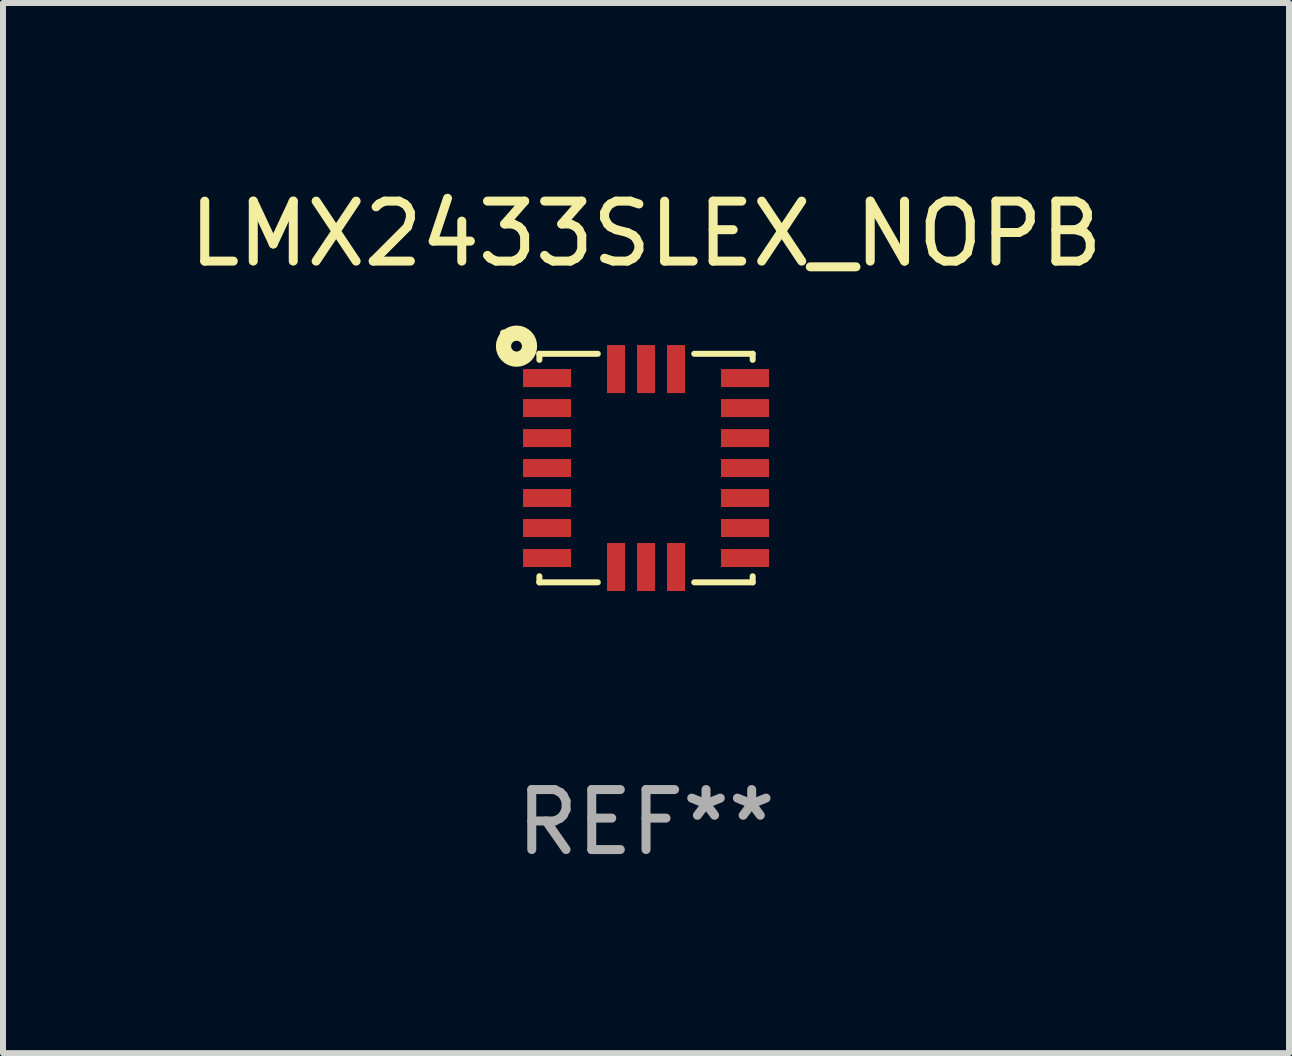
<source format=kicad_pcb>
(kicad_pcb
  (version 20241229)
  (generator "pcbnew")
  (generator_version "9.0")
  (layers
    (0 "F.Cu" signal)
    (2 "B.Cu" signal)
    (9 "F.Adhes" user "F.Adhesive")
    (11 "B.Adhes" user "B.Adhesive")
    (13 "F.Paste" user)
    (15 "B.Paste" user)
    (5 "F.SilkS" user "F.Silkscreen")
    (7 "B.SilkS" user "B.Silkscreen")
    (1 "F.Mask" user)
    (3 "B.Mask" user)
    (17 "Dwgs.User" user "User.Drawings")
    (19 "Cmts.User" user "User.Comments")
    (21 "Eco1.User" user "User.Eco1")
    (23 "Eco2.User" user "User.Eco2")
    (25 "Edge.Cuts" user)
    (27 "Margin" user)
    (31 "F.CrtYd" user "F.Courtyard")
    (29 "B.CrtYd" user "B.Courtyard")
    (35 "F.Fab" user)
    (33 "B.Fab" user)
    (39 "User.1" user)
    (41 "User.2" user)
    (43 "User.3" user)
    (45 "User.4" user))
  (footprint "LMX2433SLEX_NOPB"
    (layer "F.Cu")
    (at 7.72 4.753)
    (property "Reference" "LMX2433SLEX_NOPB" (at 0 -3.905 0) (layer "F.SilkS") (effects (font (size 1 1) (thickness 0.15))))
    (attr through_hole)
    (fp_line (start -1.778 -1.905) (end -0.804 -1.905) (stroke (width 0.1) (type solid)) (layer "F.SilkS"))
    (fp_line (start -1.778 -1.804) (end -1.778 -1.905) (stroke (width 0.1) (type solid)) (layer "F.SilkS"))
    (fp_line (start -1.778 1.905) (end -1.778 1.804) (stroke (width 0.1) (type solid)) (layer "F.SilkS"))
    (fp_line (start -0.804 1.905) (end -1.778 1.905) (stroke (width 0.1) (type solid)) (layer "F.SilkS"))
    (fp_line (start 0.804 -1.905) (end 1.778 -1.905) (stroke (width 0.1) (type solid)) (layer "F.SilkS"))
    (fp_line (start 1.778 -1.905) (end 1.778 -1.804) (stroke (width 0.1) (type solid)) (layer "F.SilkS"))
    (fp_line (start 1.778 1.804) (end 1.778 1.905) (stroke (width 0.1) (type solid)) (layer "F.SilkS"))
    (fp_line (start 1.778 1.905) (end 0.804 1.905) (stroke (width 0.1) (type solid)) (layer "F.SilkS"))
    (fp_circle (center -2.376 -2.249) (end -2.346 -2.249) (stroke (width 0.06) (type solid)) (fill no) (layer "F.SilkS"))
    (fp_circle (center -2.159 -2.032) (end -2.069 -2.032) (stroke (width 0.254) (type solid)) (fill no) (layer "F.SilkS"))
    (fp_text user "REF**" (at 0 5.905 0) (layer "F.Fab") (effects (font (size 1 1) (thickness 0.15))))
    (pad "1" smd rect (at -1.65 -1.5) (size 0.8 0.3) (layers "F.Cu" "F.Mask" "F.Paste"))
    (pad "2" smd rect (at -1.65 -1) (size 0.8 0.3) (layers "F.Cu" "F.Mask" "F.Paste"))
    (pad "3" smd rect (at -1.65 -0.5) (size 0.8 0.3) (layers "F.Cu" "F.Mask" "F.Paste"))
    (pad "4" smd rect (at -1.65 0) (size 0.8 0.3) (layers "F.Cu" "F.Mask" "F.Paste"))
    (pad "5" smd rect (at -1.65 0.5) (size 0.8 0.3) (layers "F.Cu" "F.Mask" "F.Paste"))
    (pad "6" smd rect (at -1.65 1) (size 0.8 0.3) (layers "F.Cu" "F.Mask" "F.Paste"))
    (pad "7" smd rect (at -1.65 1.5) (size 0.8 0.3) (layers "F.Cu" "F.Mask" "F.Paste"))
    (pad "8" smd rect (at -0.5 1.65) (size 0.3 0.8) (layers "F.Cu" "F.Mask" "F.Paste"))
    (pad "9" smd rect (at 0 1.65) (size 0.3 0.8) (layers "F.Cu" "F.Mask" "F.Paste"))
    (pad "10" smd rect (at 0.5 1.65) (size 0.3 0.8) (layers "F.Cu" "F.Mask" "F.Paste"))
    (pad "11" smd rect (at 1.65 1.5) (size 0.8 0.3) (layers "F.Cu" "F.Mask" "F.Paste"))
    (pad "12" smd rect (at 1.65 1) (size 0.8 0.3) (layers "F.Cu" "F.Mask" "F.Paste"))
    (pad "13" smd rect (at 1.65 0.5) (size 0.8 0.3) (layers "F.Cu" "F.Mask" "F.Paste"))
    (pad "14" smd rect (at 1.65 0) (size 0.8 0.3) (layers "F.Cu" "F.Mask" "F.Paste"))
    (pad "15" smd rect (at 1.65 -0.5) (size 0.8 0.3) (layers "F.Cu" "F.Mask" "F.Paste"))
    (pad "16" smd rect (at 1.65 -1) (size 0.8 0.3) (layers "F.Cu" "F.Mask" "F.Paste"))
    (pad "17" smd rect (at 1.65 -1.5) (size 0.8 0.3) (layers "F.Cu" "F.Mask" "F.Paste"))
    (pad "18" smd rect (at 0.5 -1.65) (size 0.3 0.8) (layers "F.Cu" "F.Mask" "F.Paste"))
    (pad "19" smd rect (at 0 -1.65) (size 0.3 0.8) (layers "F.Cu" "F.Mask" "F.Paste"))
    (pad "20" smd rect (at -0.5 -1.65) (size 0.3 0.8) (layers "F.Cu" "F.Mask" "F.Paste")))
  (gr_rect
    (start -3 -3)
    (end 18.44 14.507)
    (stroke (width 0.1) (type default))
    (fill no)
    (layer "Edge.Cuts")))
</source>
